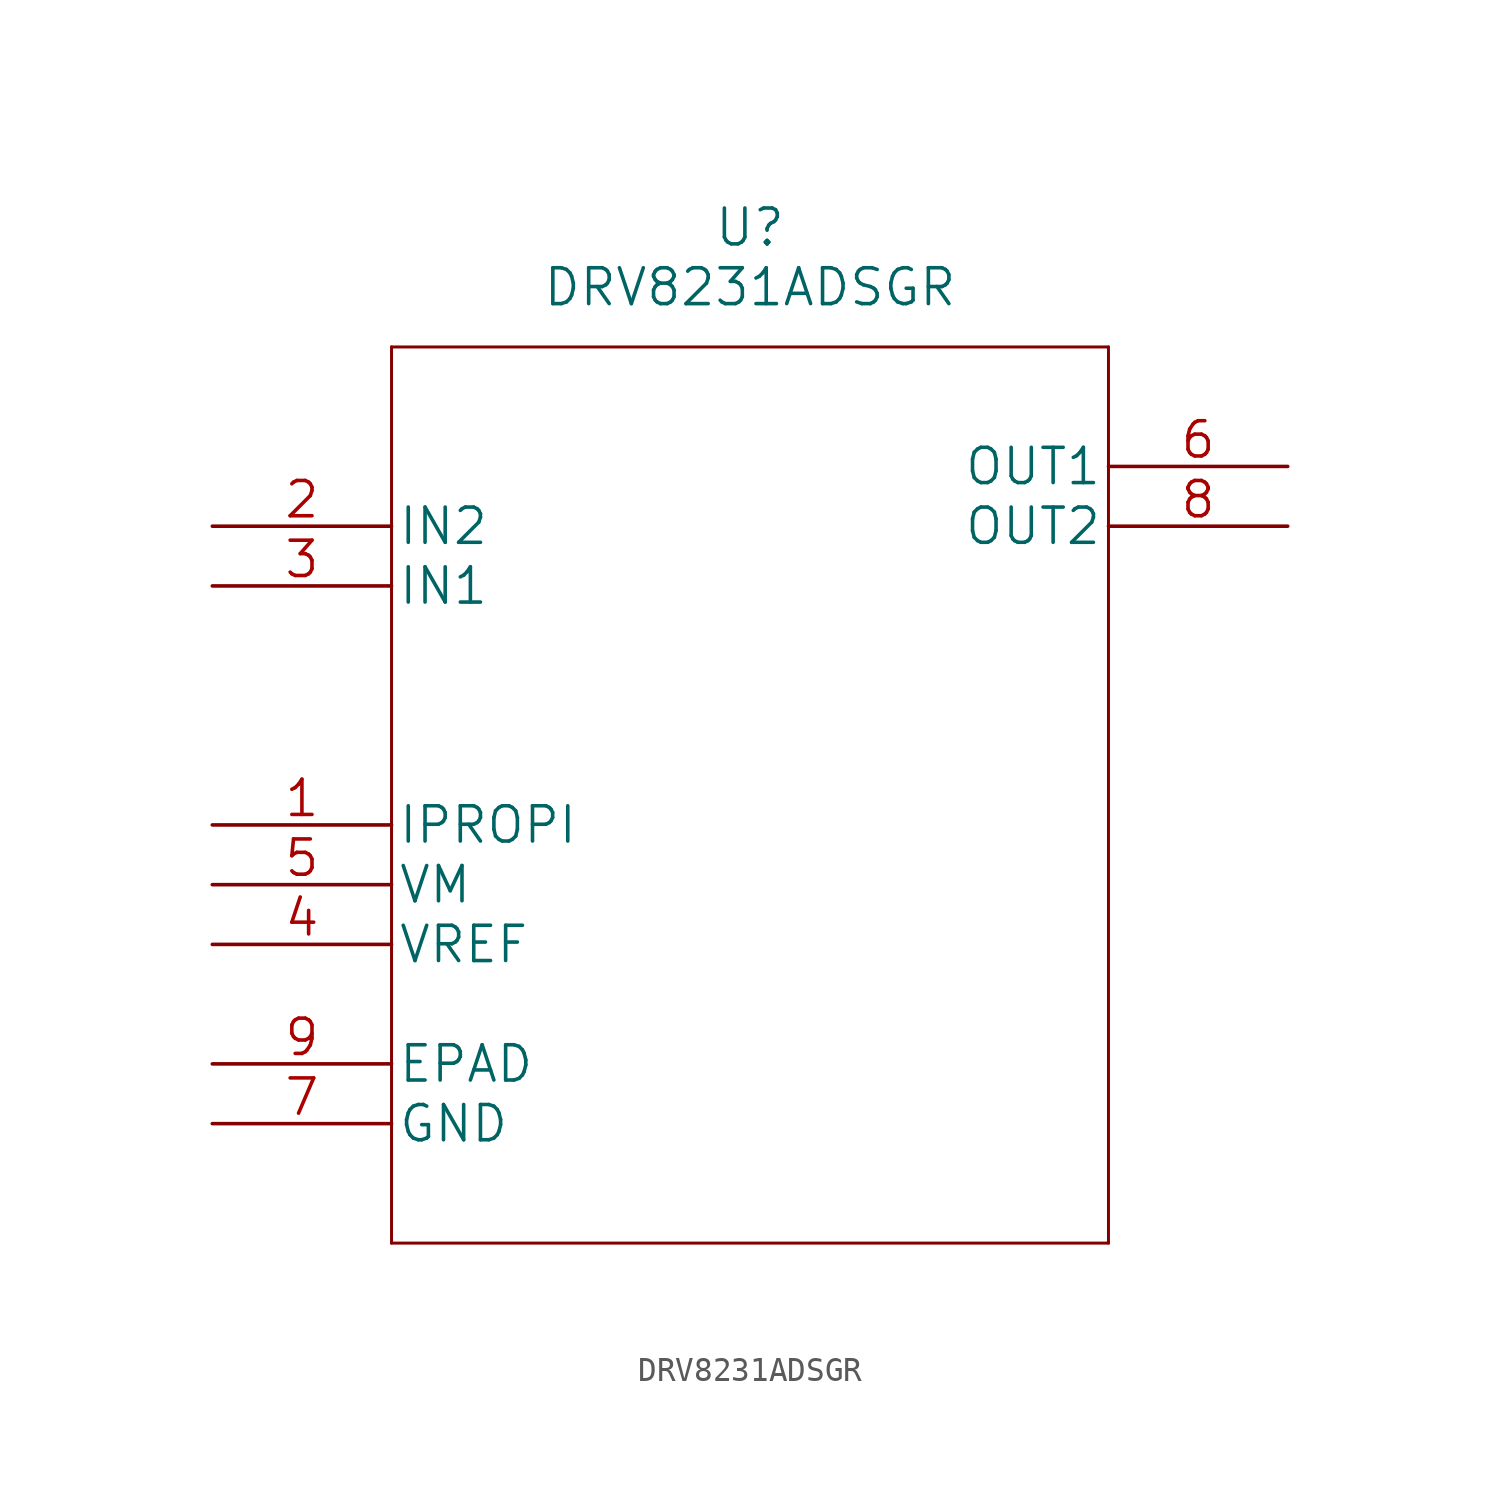
<source format=kicad_sym>
(kicad_symbol_lib
  (version 20211014)
  (generator kicad_symbol_editor)
  (symbol "DRV8231ADSGR"
    (pin_names
      (offset 0.254))
    (property "Reference" "U"
      (at 22.86 12.7 0)
      (effects (font (size 1.524 1.524))))
    (property "Value" "DRV8231ADSGR"
      (at 22.86 10.16 0)
      (effects (font (size 1.524 1.524))))
    (property "Datasheet" ""
      (at 0 0 0)
      (effects (font (size 1.524 1.524))))
    (property "ki_locked" ""
      (at 0 0 0)
      (effects (font (size 1.27 1.27))))
    (symbol "DRV8231ADSGR_1_1"
      (polyline (pts (xy 7.62 -30.48) (xy 38.1 -30.48)) (stroke (width 0.127) (type default) (color 0 0 0 0)) (fill (type none)))
      (polyline (pts (xy 7.62 7.62) (xy 7.62 -30.48)) (stroke (width 0.127) (type default) (color 0 0 0 0)) (fill (type none)))
      (polyline (pts (xy 38.1 -30.48) (xy 38.1 7.62)) (stroke (width 0.127) (type default) (color 0 0 0 0)) (fill (type none)))
      (polyline (pts (xy 38.1 7.62) (xy 7.62 7.62)) (stroke (width 0.127) (type default) (color 0 0 0 0)) (fill (type none)))
      (pin power_in line (at 0 -12.7 0) (length 7.62) (name "IPROPI" (effects (font (size 1.499 1.499)))) (number "1" (effects (font (size 1.499 1.499)))))
      (pin input line (at 0 0 0) (length 7.62) (name "IN2" (effects (font (size 1.499 1.499)))) (number "2" (effects (font (size 1.499 1.499)))))
      (pin input line (at 0 -2.54 0) (length 7.62) (name "IN1" (effects (font (size 1.499 1.499)))) (number "3" (effects (font (size 1.499 1.499)))))
      (pin power_in line (at 0 -17.78 0) (length 7.62) (name "VREF" (effects (font (size 1.499 1.499)))) (number "4" (effects (font (size 1.499 1.499)))))
      (pin power_in line (at 0 -15.24 0) (length 7.62) (name "VM" (effects (font (size 1.499 1.499)))) (number "5" (effects (font (size 1.499 1.499)))))
      (pin output line (at 45.72 2.54 180) (length 7.62) (name "OUT1" (effects (font (size 1.499 1.499)))) (number "6" (effects (font (size 1.499 1.499)))))
      (pin power_in line (at 0 -25.4 0) (length 7.62) (name "GND" (effects (font (size 1.499 1.499)))) (number "7" (effects (font (size 1.499 1.499)))))
      (pin output line (at 45.72 0 180) (length 7.62) (name "OUT2" (effects (font (size 1.499 1.499)))) (number "8" (effects (font (size 1.499 1.499)))))
      (pin power_in line (at 0 -22.86 0) (length 7.62) (name "EPAD" (effects (font (size 1.499 1.499)))) (number "9" (effects (font (size 1.499 1.499))))))))
</source>
